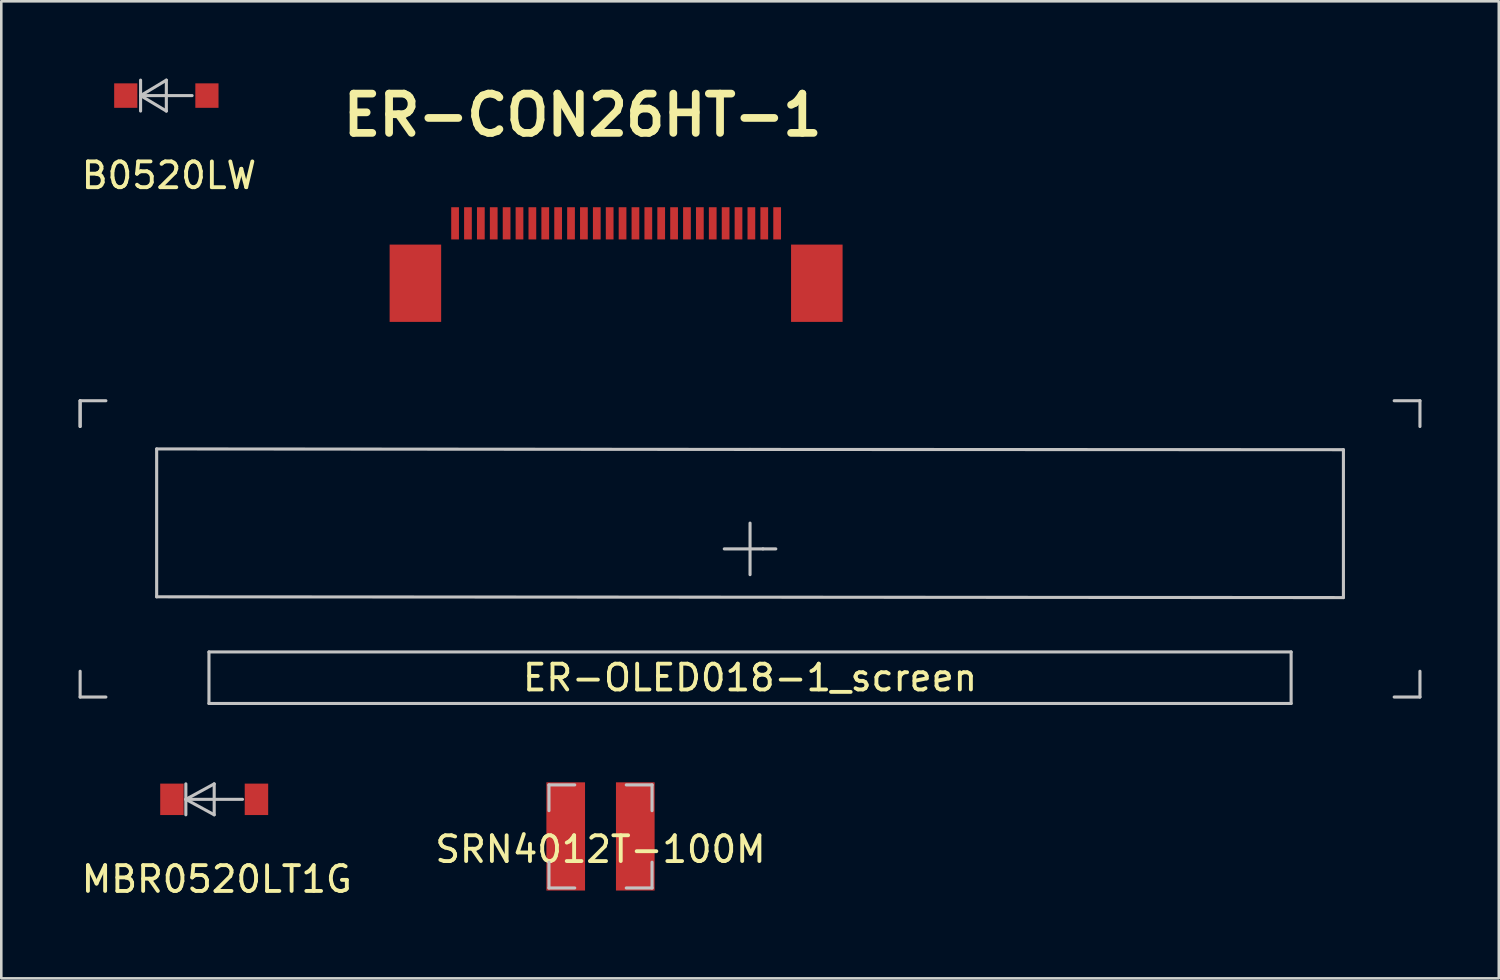
<source format=kicad_pcb>
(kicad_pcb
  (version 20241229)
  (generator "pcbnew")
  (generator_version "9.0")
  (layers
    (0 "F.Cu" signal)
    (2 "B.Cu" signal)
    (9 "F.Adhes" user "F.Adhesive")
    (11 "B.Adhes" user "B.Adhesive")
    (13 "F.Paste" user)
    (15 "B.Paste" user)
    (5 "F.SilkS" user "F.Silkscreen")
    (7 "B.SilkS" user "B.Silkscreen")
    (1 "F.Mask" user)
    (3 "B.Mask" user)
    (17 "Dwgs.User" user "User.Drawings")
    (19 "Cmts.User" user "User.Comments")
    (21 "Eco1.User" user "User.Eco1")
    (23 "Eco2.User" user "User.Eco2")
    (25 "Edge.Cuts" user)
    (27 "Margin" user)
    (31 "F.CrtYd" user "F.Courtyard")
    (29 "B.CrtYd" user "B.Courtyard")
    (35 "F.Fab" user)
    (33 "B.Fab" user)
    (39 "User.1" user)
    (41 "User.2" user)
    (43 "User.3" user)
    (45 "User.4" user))
  (footprint "ER-CON26HT-1"
    (layer "F.Cu")
    (at 20.862 5.618)
    (property "Reference" "ER-CON26HT-1" (at -1.3 -4.2 0) (layer "F.SilkS") (effects (font (size 1.524 1.524) (thickness 0.3))))
    (attr through_hole)
    (pad "" smd rect (at -7.79 2.325) (size 2 3) (layers "F.Cu" "F.Mask" "F.Paste"))
    (pad "" smd rect (at 7.79 2.325) (size 2 3) (layers "F.Cu" "F.Mask" "F.Paste"))
    (pad "1" smd rect (at 6.25 0 180) (size 0.3 1.25) (layers "F.Cu" "F.Mask" "F.Paste"))
    (pad "2" smd rect (at 5.75 0 180) (size 0.3 1.25) (layers "F.Cu" "F.Mask" "F.Paste"))
    (pad "3" smd rect (at 5.25 0 180) (size 0.3 1.25) (layers "F.Cu" "F.Mask" "F.Paste"))
    (pad "4" smd rect (at 4.75 0 180) (size 0.3 1.25) (layers "F.Cu" "F.Mask" "F.Paste"))
    (pad "5" smd rect (at 4.25 0 180) (size 0.3 1.25) (layers "F.Cu" "F.Mask" "F.Paste"))
    (pad "6" smd rect (at 3.75 0 180) (size 0.3 1.25) (layers "F.Cu" "F.Mask" "F.Paste"))
    (pad "7" smd rect (at 3.25 0 180) (size 0.3 1.25) (layers "F.Cu" "F.Mask" "F.Paste"))
    (pad "8" smd rect (at 2.75 0 180) (size 0.3 1.25) (layers "F.Cu" "F.Mask" "F.Paste"))
    (pad "9" smd rect (at 2.25 0 180) (size 0.3 1.25) (layers "F.Cu" "F.Mask" "F.Paste"))
    (pad "10" smd rect (at 1.75 0 180) (size 0.3 1.25) (layers "F.Cu" "F.Mask" "F.Paste"))
    (pad "11" smd rect (at 1.25 0 180) (size 0.3 1.25) (layers "F.Cu" "F.Mask" "F.Paste"))
    (pad "12" smd rect (at 0.75 0 180) (size 0.3 1.25) (layers "F.Cu" "F.Mask" "F.Paste"))
    (pad "13" smd rect (at 0.25 0 180) (size 0.3 1.25) (layers "F.Cu" "F.Mask" "F.Paste"))
    (pad "14" smd rect (at -0.25 0 180) (size 0.3 1.25) (layers "F.Cu" "F.Mask" "F.Paste"))
    (pad "15" smd rect (at -0.75 0 180) (size 0.3 1.25) (layers "F.Cu" "F.Mask" "F.Paste"))
    (pad "16" smd rect (at -1.25 0 180) (size 0.3 1.25) (layers "F.Cu" "F.Mask" "F.Paste"))
    (pad "17" smd rect (at -1.75 0 180) (size 0.3 1.25) (layers "F.Cu" "F.Mask" "F.Paste"))
    (pad "18" smd rect (at -2.25 0 180) (size 0.3 1.25) (layers "F.Cu" "F.Mask" "F.Paste"))
    (pad "19" smd rect (at -2.75 0 180) (size 0.3 1.25) (layers "F.Cu" "F.Mask" "F.Paste"))
    (pad "20" smd rect (at -3.25 0 180) (size 0.3 1.25) (layers "F.Cu" "F.Mask" "F.Paste"))
    (pad "21" smd rect (at -3.75 0 180) (size 0.3 1.25) (layers "F.Cu" "F.Mask" "F.Paste"))
    (pad "22" smd rect (at -4.25 0 180) (size 0.3 1.25) (layers "F.Cu" "F.Mask" "F.Paste"))
    (pad "23" smd rect (at -4.75 0 180) (size 0.3 1.25) (layers "F.Cu" "F.Mask" "F.Paste"))
    (pad "24" smd rect (at -5.25 0 180) (size 0.3 1.25) (layers "F.Cu" "F.Mask" "F.Paste"))
    (pad "25" smd rect (at -5.75 0 180) (size 0.3 1.25) (layers "F.Cu" "F.Mask" "F.Paste"))
    (pad "26" smd rect (at -6.25 0 180) (size 0.3 1.25) (layers "F.Cu" "F.Mask" "F.Paste")))
  (footprint "ER-OLED018-1_screen"
    (layer "F.Cu")
    (at 26.06 18.253)
    (property "Reference" "ER-OLED018-1_screen" (at 0 5 0) (layer "F.SilkS") (effects (font (size 1 1) (thickness 0.15))))
    (attr through_hole)
    (fp_line (start -26 -5.75) (end -26 -4.75) (stroke (width 0.12) (type solid)) (layer "Dwgs.User"))
    (fp_line (start -26 -5.75) (end -25 -5.75) (stroke (width 0.12) (type solid)) (layer "Dwgs.User"))
    (fp_line (start -26 -4.75) (end -26 -5.75) (stroke (width 0.12) (type solid)) (layer "Dwgs.User"))
    (fp_line (start -26 4.75) (end -26 5.75) (stroke (width 0.12) (type solid)) (layer "Dwgs.User"))
    (fp_line (start -26 5.75) (end -25 5.75) (stroke (width 0.12) (type solid)) (layer "Dwgs.User"))
    (fp_line (start -23.03 -3.88) (end -23.03 1.86) (stroke (width 0.12) (type solid)) (layer "Dwgs.User"))
    (fp_line (start -23.03 1.86) (end 23.03 1.89) (stroke (width 0.12) (type solid)) (layer "Dwgs.User"))
    (fp_line (start -21 4) (end -21 6) (stroke (width 0.12) (type solid)) (layer "Dwgs.User"))
    (fp_line (start -21 6) (end 21 6) (stroke (width 0.12) (type solid)) (layer "Dwgs.User"))
    (fp_line (start -1 0) (end 0.5 0) (stroke (width 0.12) (type solid)) (layer "Dwgs.User"))
    (fp_line (start 0 -3.86) (end -23.03 -3.88) (stroke (width 0.12) (type solid)) (layer "Dwgs.User"))
    (fp_line (start 0 -3.86) (end 23.03 -3.85) (stroke (width 0.12) (type solid)) (layer "Dwgs.User"))
    (fp_line (start 0 -1) (end 0 1) (stroke (width 0.12) (type solid)) (layer "Dwgs.User"))
    (fp_line (start 0.5 0) (end 1 0) (stroke (width 0.12) (type solid)) (layer "Dwgs.User"))
    (fp_line (start 21 4) (end -21 4) (stroke (width 0.12) (type solid)) (layer "Dwgs.User"))
    (fp_line (start 21 6) (end 21 4) (stroke (width 0.12) (type solid)) (layer "Dwgs.User"))
    (fp_line (start 23.03 -3.85) (end 23.03 1.89) (stroke (width 0.12) (type solid)) (layer "Dwgs.User"))
    (fp_line (start 26 -5.75) (end 25 -5.75) (stroke (width 0.12) (type solid)) (layer "Dwgs.User"))
    (fp_line (start 26 -4.75) (end 26 -5.75) (stroke (width 0.12) (type solid)) (layer "Dwgs.User"))
    (fp_line (start 26 4.75) (end 26 5.75) (stroke (width 0.12) (type solid)) (layer "Dwgs.User"))
    (fp_line (start 26 5.75) (end 25 5.75) (stroke (width 0.12) (type solid)) (layer "Dwgs.User")))
  (footprint "SRN4012T-100M"
    (layer "F.Cu")
    (at 20.256 29.413)
    (property "Reference" "SRN4012T-100M" (at 0 0.5 0) (layer "F.SilkS") (effects (font (size 1 1) (thickness 0.15))))
    (attr through_hole)
    (fp_line (start -2 -2) (end -2 -1) (stroke (width 0.12) (type solid)) (layer "Dwgs.User"))
    (fp_line (start -2 1) (end -2 2) (stroke (width 0.12) (type solid)) (layer "Dwgs.User"))
    (fp_line (start -2 2) (end -1 2) (stroke (width 0.12) (type solid)) (layer "Dwgs.User"))
    (fp_line (start -1 -2) (end -2 -2) (stroke (width 0.12) (type solid)) (layer "Dwgs.User"))
    (fp_line (start 1 2) (end 2 2) (stroke (width 0.12) (type solid)) (layer "Dwgs.User"))
    (fp_line (start 2 -2) (end 1 -2) (stroke (width 0.12) (type solid)) (layer "Dwgs.User"))
    (fp_line (start 2 -1) (end 2 -2) (stroke (width 0.12) (type solid)) (layer "Dwgs.User"))
    (fp_line (start 2 2) (end 2 1) (stroke (width 0.12) (type solid)) (layer "Dwgs.User"))
    (pad "1" smd rect (at -1.35 0) (size 1.5 4.2) (layers "F.Cu" "F.Mask" "F.Paste"))
    (pad "2" smd rect (at 1.35 0) (size 1.5 4.2) (layers "F.Cu" "F.Mask" "F.Paste")))
  (footprint "MBR0520LT1G"
    (layer "F.Cu")
    (at 5.263 27.973)
    (property "Reference" "MBR0520LT1G" (at 0.1 3.1 0) (layer "F.SilkS") (effects (font (size 1 1) (thickness 0.15))))
    (attr through_hole)
    (fp_line (start -1.1 -0.6) (end -1.1 0.6) (stroke (width 0.12) (type solid)) (layer "Dwgs.User"))
    (fp_line (start -1.1 0) (end 0 -0.6) (stroke (width 0.12) (type solid)) (layer "Dwgs.User"))
    (fp_line (start -1.1 0) (end 0 0) (stroke (width 0.12) (type solid)) (layer "Dwgs.User"))
    (fp_line (start 0 -0.6) (end 0 0.6) (stroke (width 0.12) (type solid)) (layer "Dwgs.User"))
    (fp_line (start 0 0) (end 1.1 0) (stroke (width 0.12) (type solid)) (layer "Dwgs.User"))
    (fp_line (start 0 0.6) (end -1.1 0) (stroke (width 0.12) (type solid)) (layer "Dwgs.User"))
    (pad "1" smd rect (at -1.64 0) (size 0.91 1.22) (layers "F.Cu" "F.Mask" "F.Paste"))
    (pad "2" smd rect (at 1.64 0) (size 0.91 1.22) (layers "F.Cu" "F.Mask" "F.Paste")))
  (footprint "B0520LW"
    (layer "F.Cu")
    (at 3.406 0.66)
    (property "Reference" "B0520LW" (at 0.1 3.1 0) (layer "F.SilkS") (effects (font (size 1 1) (thickness 0.15))))
    (attr through_hole)
    (fp_line (start -1 -0.6) (end -1 0.6) (stroke (width 0.12) (type solid)) (layer "Dwgs.User"))
    (fp_line (start -1 0) (end 0 -0.6) (stroke (width 0.12) (type solid)) (layer "Dwgs.User"))
    (fp_line (start -1 0) (end 0 0) (stroke (width 0.12) (type solid)) (layer "Dwgs.User"))
    (fp_line (start 0 -0.6) (end 0 0.6) (stroke (width 0.12) (type solid)) (layer "Dwgs.User"))
    (fp_line (start 0 0) (end 1 0) (stroke (width 0.12) (type solid)) (layer "Dwgs.User"))
    (fp_line (start 0 0.6) (end -1 0) (stroke (width 0.12) (type solid)) (layer "Dwgs.User"))
    (pad "1" smd rect (at -1.575 0) (size 0.9 0.95) (layers "F.Cu" "F.Mask" "F.Paste"))
    (pad "2" smd rect (at 1.575 0) (size 0.9 0.95) (layers "F.Cu" "F.Mask" "F.Paste")))
  (gr_rect
    (start -3 -3)
    (end 55.12 34.921)
    (stroke (width 0.1) (type default))
    (fill no)
    (layer "Edge.Cuts")))
</source>
